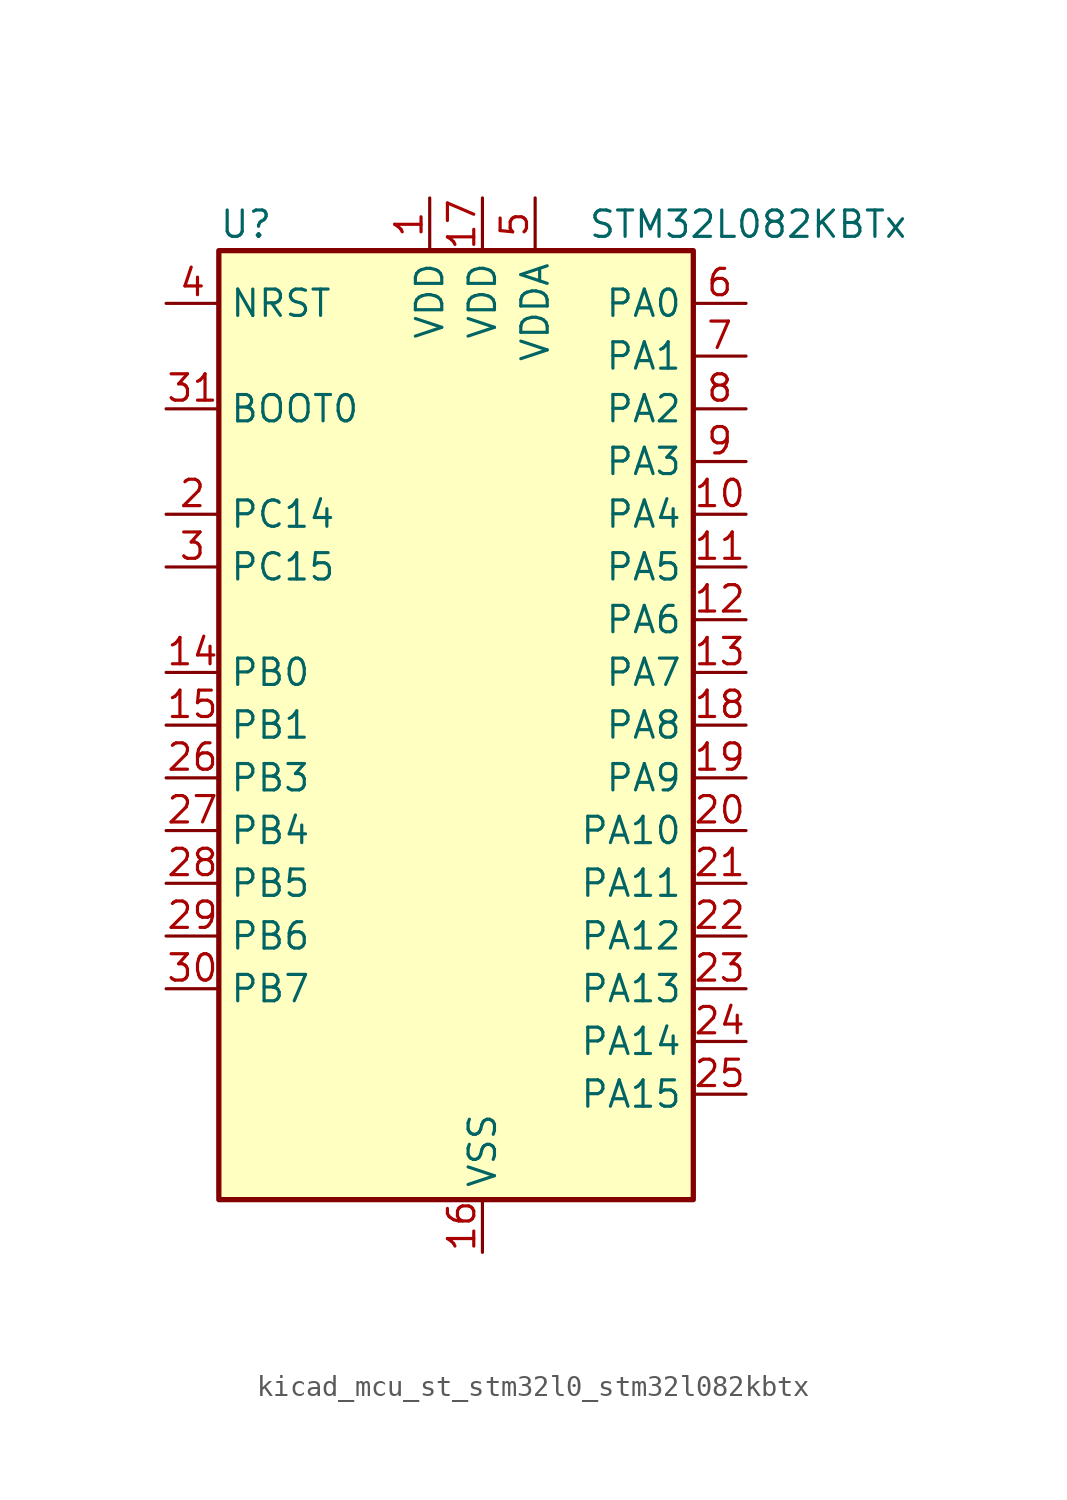
<source format=kicad_sym>
(kicad_symbol_lib
  (version 20220914)
  (generator kicad_symbol_editor)
  (symbol "kicad_mcu_st_stm32l0_stm32l082kbtx"
    (property "Reference" "U"
      (at -10.16 24.13 0)
      (effects (font (size 1.27 1.27)) (justify left)))
    (property "Value" "STM32L082KBTx"
      (at 7.62 24.13 0)
      (effects (font (size 1.27 1.27)) (justify left)))
    (property "ki_locked" ""
      (at 0 0 0)
      (effects (font (size 1.27 1.27))))
    (symbol "kicad_mcu_st_stm32l0_stm32l082kbtx_0_1"
      (rectangle (start -10.16 -22.86) (end 12.7 22.86) (stroke (width 0.254) (type default)) (fill (type background))))
    (symbol "kicad_mcu_st_stm32l0_stm32l082kbtx_1_1"
      (pin power_in line (at 0 25.4 270) (length 2.54) (name "VDD" (effects (font (size 1.27 1.27)))) (number "1" (effects (font (size 1.27 1.27)))))
      (pin bidirectional line (at 15.24 10.16 180) (length 2.54) (name "PA4" (effects (font (size 1.27 1.27)))) (number "10" (effects (font (size 1.27 1.27)))) (alternate "ADC_IN4" bidirectional line) (alternate "COMP1_INM" bidirectional line) (alternate "COMP2_INM" bidirectional line) (alternate "DAC_OUT1" bidirectional line) (alternate "SPI1_NSS" bidirectional line) (alternate "TIM22_ETR" bidirectional line) (alternate "TSC_G2_IO1" bidirectional line) (alternate "USART2_CK" bidirectional line))
      (pin bidirectional line (at 15.24 7.62 180) (length 2.54) (name "PA5" (effects (font (size 1.27 1.27)))) (number "11" (effects (font (size 1.27 1.27)))) (alternate "ADC_IN5" bidirectional line) (alternate "COMP1_INM" bidirectional line) (alternate "COMP2_INM" bidirectional line) (alternate "DAC_OUT2" bidirectional line) (alternate "SPI1_SCK" bidirectional line) (alternate "TIM2_CH1" bidirectional line) (alternate "TIM2_ETR" bidirectional line) (alternate "TSC_G2_IO2" bidirectional line))
      (pin bidirectional line (at 15.24 5.08 180) (length 2.54) (name "PA6" (effects (font (size 1.27 1.27)))) (number "12" (effects (font (size 1.27 1.27)))) (alternate "ADC_IN6" bidirectional line) (alternate "COMP1_OUT" bidirectional line) (alternate "LPUART1_CTS" bidirectional line) (alternate "SPI1_MISO" bidirectional line) (alternate "TIM22_CH1" bidirectional line) (alternate "TIM3_CH1" bidirectional line) (alternate "TSC_G2_IO3" bidirectional line))
      (pin bidirectional line (at 15.24 2.54 180) (length 2.54) (name "PA7" (effects (font (size 1.27 1.27)))) (number "13" (effects (font (size 1.27 1.27)))) (alternate "ADC_IN7" bidirectional line) (alternate "COMP2_OUT" bidirectional line) (alternate "SPI1_MOSI" bidirectional line) (alternate "TIM22_CH2" bidirectional line) (alternate "TIM3_CH2" bidirectional line) (alternate "TSC_G2_IO4" bidirectional line))
      (pin bidirectional line (at -12.7 2.54 0) (length 2.54) (name "PB0" (effects (font (size 1.27 1.27)))) (number "14" (effects (font (size 1.27 1.27)))) (alternate "ADC_IN8" bidirectional line) (alternate "SYS_VREF_OUT_PB0" bidirectional line) (alternate "TIM3_CH3" bidirectional line) (alternate "TSC_G3_IO2" bidirectional line))
      (pin bidirectional line (at -12.7 0 0) (length 2.54) (name "PB1" (effects (font (size 1.27 1.27)))) (number "15" (effects (font (size 1.27 1.27)))) (alternate "ADC_IN9" bidirectional line) (alternate "LPUART1_DE" bidirectional line) (alternate "LPUART1_RTS" bidirectional line) (alternate "SYS_VREF_OUT_PB1" bidirectional line) (alternate "TIM3_CH4" bidirectional line) (alternate "TSC_G3_IO3" bidirectional line))
      (pin power_in line (at 2.54 -25.4 90) (length 2.54) (name "VSS" (effects (font (size 1.27 1.27)))) (number "16" (effects (font (size 1.27 1.27)))))
      (pin power_in line (at 2.54 25.4 270) (length 2.54) (name "VDD" (effects (font (size 1.27 1.27)))) (number "17" (effects (font (size 1.27 1.27)))))
      (pin bidirectional line (at 15.24 0 180) (length 2.54) (name "PA8" (effects (font (size 1.27 1.27)))) (number "18" (effects (font (size 1.27 1.27)))) (alternate "CRS_SYNC" bidirectional line) (alternate "I2C3_SCL" bidirectional line) (alternate "RCC_MCO" bidirectional line) (alternate "USART1_CK" bidirectional line))
      (pin bidirectional line (at 15.24 -2.54 180) (length 2.54) (name "PA9" (effects (font (size 1.27 1.27)))) (number "19" (effects (font (size 1.27 1.27)))) (alternate "DAC_EXTI9" bidirectional line) (alternate "I2C1_SCL" bidirectional line) (alternate "I2C3_SMBA" bidirectional line) (alternate "RCC_MCO" bidirectional line) (alternate "TSC_G4_IO1" bidirectional line) (alternate "USART1_TX" bidirectional line))
      (pin bidirectional line (at -12.7 10.16 0) (length 2.54) (name "PC14" (effects (font (size 1.27 1.27)))) (number "2" (effects (font (size 1.27 1.27)))) (alternate "RCC_OSC32_IN" bidirectional line))
      (pin bidirectional line (at 15.24 -5.08 180) (length 2.54) (name "PA10" (effects (font (size 1.27 1.27)))) (number "20" (effects (font (size 1.27 1.27)))) (alternate "I2C1_SDA" bidirectional line) (alternate "TSC_G4_IO2" bidirectional line) (alternate "USART1_RX" bidirectional line))
      (pin bidirectional line (at 15.24 -7.62 180) (length 2.54) (name "PA11" (effects (font (size 1.27 1.27)))) (number "21" (effects (font (size 1.27 1.27)))) (alternate "ADC_EXTI11" bidirectional line) (alternate "COMP1_OUT" bidirectional line) (alternate "SPI1_MISO" bidirectional line) (alternate "TSC_G4_IO3" bidirectional line) (alternate "USART1_CTS" bidirectional line) (alternate "USB_DM" bidirectional line))
      (pin bidirectional line (at 15.24 -10.16 180) (length 2.54) (name "PA12" (effects (font (size 1.27 1.27)))) (number "22" (effects (font (size 1.27 1.27)))) (alternate "COMP2_OUT" bidirectional line) (alternate "SPI1_MOSI" bidirectional line) (alternate "TSC_G4_IO4" bidirectional line) (alternate "USART1_DE" bidirectional line) (alternate "USART1_RTS" bidirectional line) (alternate "USB_DP" bidirectional line))
      (pin bidirectional line (at 15.24 -12.7 180) (length 2.54) (name "PA13" (effects (font (size 1.27 1.27)))) (number "23" (effects (font (size 1.27 1.27)))) (alternate "LPUART1_RX" bidirectional line) (alternate "SYS_SWDIO" bidirectional line) (alternate "USB_NOE" bidirectional line))
      (pin bidirectional line (at 15.24 -15.24 180) (length 2.54) (name "PA14" (effects (font (size 1.27 1.27)))) (number "24" (effects (font (size 1.27 1.27)))) (alternate "LPUART1_TX" bidirectional line) (alternate "SYS_SWCLK" bidirectional line) (alternate "USART2_TX" bidirectional line))
      (pin bidirectional line (at 15.24 -17.78 180) (length 2.54) (name "PA15" (effects (font (size 1.27 1.27)))) (number "25" (effects (font (size 1.27 1.27)))) (alternate "SPI1_NSS" bidirectional line) (alternate "TIM2_CH1" bidirectional line) (alternate "TIM2_ETR" bidirectional line) (alternate "USART2_RX" bidirectional line) (alternate "USART4_DE" bidirectional line) (alternate "USART4_RTS" bidirectional line))
      (pin bidirectional line (at -12.7 -2.54 0) (length 2.54) (name "PB3" (effects (font (size 1.27 1.27)))) (number "26" (effects (font (size 1.27 1.27)))) (alternate "COMP2_INM" bidirectional line) (alternate "SPI1_SCK" bidirectional line) (alternate "TIM2_CH2" bidirectional line) (alternate "TSC_G5_IO1" bidirectional line) (alternate "USART1_DE" bidirectional line) (alternate "USART1_RTS" bidirectional line) (alternate "USART5_TX" bidirectional line))
      (pin bidirectional line (at -12.7 -5.08 0) (length 2.54) (name "PB4" (effects (font (size 1.27 1.27)))) (number "27" (effects (font (size 1.27 1.27)))) (alternate "COMP2_INP" bidirectional line) (alternate "I2C3_SDA" bidirectional line) (alternate "SPI1_MISO" bidirectional line) (alternate "TIM22_CH1" bidirectional line) (alternate "TIM3_CH1" bidirectional line) (alternate "TSC_G5_IO2" bidirectional line) (alternate "USART1_CTS" bidirectional line) (alternate "USART5_RX" bidirectional line))
      (pin bidirectional line (at -12.7 -7.62 0) (length 2.54) (name "PB5" (effects (font (size 1.27 1.27)))) (number "28" (effects (font (size 1.27 1.27)))) (alternate "COMP2_INP" bidirectional line) (alternate "I2C1_SMBA" bidirectional line) (alternate "LPTIM1_IN1" bidirectional line) (alternate "SPI1_MOSI" bidirectional line) (alternate "TIM22_CH2" bidirectional line) (alternate "TIM3_CH2" bidirectional line) (alternate "USART1_CK" bidirectional line) (alternate "USART5_CK" bidirectional line) (alternate "USART5_DE" bidirectional line) (alternate "USART5_RTS" bidirectional line))
      (pin bidirectional line (at -12.7 -10.16 0) (length 2.54) (name "PB6" (effects (font (size 1.27 1.27)))) (number "29" (effects (font (size 1.27 1.27)))) (alternate "COMP2_INP" bidirectional line) (alternate "I2C1_SCL" bidirectional line) (alternate "LPTIM1_ETR" bidirectional line) (alternate "TSC_G5_IO3" bidirectional line) (alternate "USART1_TX" bidirectional line))
      (pin bidirectional line (at -12.7 7.62 0) (length 2.54) (name "PC15" (effects (font (size 1.27 1.27)))) (number "3" (effects (font (size 1.27 1.27)))) (alternate "RCC_OSC32_OUT" bidirectional line))
      (pin bidirectional line (at -12.7 -12.7 0) (length 2.54) (name "PB7" (effects (font (size 1.27 1.27)))) (number "30" (effects (font (size 1.27 1.27)))) (alternate "COMP2_INP" bidirectional line) (alternate "I2C1_SDA" bidirectional line) (alternate "LPTIM1_IN2" bidirectional line) (alternate "SYS_PVD_IN" bidirectional line) (alternate "TSC_G5_IO4" bidirectional line) (alternate "USART1_RX" bidirectional line) (alternate "USART4_CTS" bidirectional line))
      (pin input line (at -12.7 15.24 0) (length 2.54) (name "BOOT0" (effects (font (size 1.27 1.27)))) (number "31" (effects (font (size 1.27 1.27)))))
      (pin passive line (at 2.54 -25.4 90) (length 2.54) hide (name "VSS" (effects (font (size 1.27 1.27)))) (number "32" (effects (font (size 1.27 1.27)))))
      (pin input line (at -12.7 20.32 0) (length 2.54) (name "NRST" (effects (font (size 1.27 1.27)))) (number "4" (effects (font (size 1.27 1.27)))))
      (pin power_in line (at 5.08 25.4 270) (length 2.54) (name "VDDA" (effects (font (size 1.27 1.27)))) (number "5" (effects (font (size 1.27 1.27)))))
      (pin bidirectional line (at 15.24 20.32 180) (length 2.54) (name "PA0" (effects (font (size 1.27 1.27)))) (number "6" (effects (font (size 1.27 1.27)))) (alternate "ADC_IN0" bidirectional line) (alternate "COMP1_INM" bidirectional line) (alternate "COMP1_OUT" bidirectional line) (alternate "RTC_TAMP2" bidirectional line) (alternate "SYS_WKUP1" bidirectional line) (alternate "TIM2_CH1" bidirectional line) (alternate "TIM2_ETR" bidirectional line) (alternate "TSC_G1_IO1" bidirectional line) (alternate "USART2_CTS" bidirectional line) (alternate "USART4_TX" bidirectional line))
      (pin bidirectional line (at 15.24 17.78 180) (length 2.54) (name "PA1" (effects (font (size 1.27 1.27)))) (number "7" (effects (font (size 1.27 1.27)))) (alternate "ADC_IN1" bidirectional line) (alternate "COMP1_INP" bidirectional line) (alternate "TIM21_ETR" bidirectional line) (alternate "TIM2_CH2" bidirectional line) (alternate "TSC_G1_IO2" bidirectional line) (alternate "USART2_DE" bidirectional line) (alternate "USART2_RTS" bidirectional line) (alternate "USART4_RX" bidirectional line))
      (pin bidirectional line (at 15.24 15.24 180) (length 2.54) (name "PA2" (effects (font (size 1.27 1.27)))) (number "8" (effects (font (size 1.27 1.27)))) (alternate "ADC_IN2" bidirectional line) (alternate "COMP2_INM" bidirectional line) (alternate "COMP2_OUT" bidirectional line) (alternate "LPUART1_TX" bidirectional line) (alternate "TIM21_CH1" bidirectional line) (alternate "TIM2_CH3" bidirectional line) (alternate "TSC_G1_IO3" bidirectional line) (alternate "USART2_TX" bidirectional line))
      (pin bidirectional line (at 15.24 12.7 180) (length 2.54) (name "PA3" (effects (font (size 1.27 1.27)))) (number "9" (effects (font (size 1.27 1.27)))) (alternate "ADC_IN3" bidirectional line) (alternate "COMP2_INP" bidirectional line) (alternate "LPUART1_RX" bidirectional line) (alternate "TIM21_CH2" bidirectional line) (alternate "TIM2_CH4" bidirectional line) (alternate "TSC_G1_IO4" bidirectional line) (alternate "USART2_RX" bidirectional line)))))
</source>
